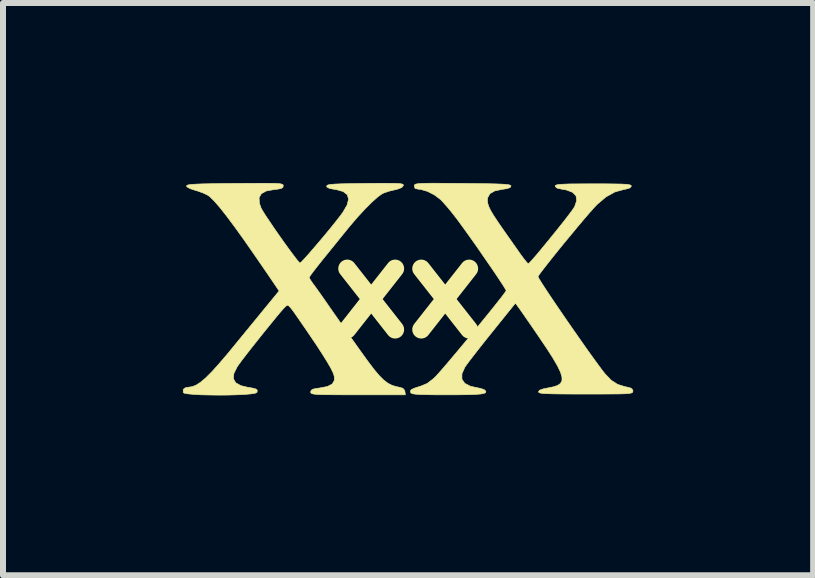
<source format=kicad_pcb>
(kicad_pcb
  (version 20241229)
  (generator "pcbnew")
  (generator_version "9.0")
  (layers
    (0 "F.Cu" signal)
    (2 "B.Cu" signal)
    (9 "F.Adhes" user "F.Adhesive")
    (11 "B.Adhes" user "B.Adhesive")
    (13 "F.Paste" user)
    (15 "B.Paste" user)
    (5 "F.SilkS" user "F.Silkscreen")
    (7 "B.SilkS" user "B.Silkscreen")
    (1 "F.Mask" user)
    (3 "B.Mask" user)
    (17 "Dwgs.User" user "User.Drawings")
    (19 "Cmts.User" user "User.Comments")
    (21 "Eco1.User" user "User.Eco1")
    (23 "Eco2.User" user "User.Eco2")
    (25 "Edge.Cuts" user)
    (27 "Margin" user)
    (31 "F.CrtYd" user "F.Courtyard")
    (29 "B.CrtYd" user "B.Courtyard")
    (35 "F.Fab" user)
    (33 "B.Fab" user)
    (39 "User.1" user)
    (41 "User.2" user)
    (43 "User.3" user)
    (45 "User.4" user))
  (footprint "xx"
    (layer "F.Cu")
    (at 3.756 1.755)
    (property "Reference" "xx" (at 0 0 0) (layer "F.SilkS") (effects (font (size 1.524 1.524) (thickness 0.3))))
    (attr through_hole)
    (fp_poly (pts (xy -2.35 -1.749) (xy -2.248 -1.748) (xy -2.176 -1.745) (xy -2.128 -1.74) (xy -2.1 -1.732) (xy -2.087 -1.723) (xy -2.083 -1.711) (xy -2.083 -1.706) (xy -2.091 -1.678) (xy -2.122 -1.661) (xy -2.188 -1.649) (xy -2.237 -1.644) (xy -2.365 -1.621) (xy -2.448 -1.576) (xy -2.486 -1.509) (xy -2.481 -1.417) (xy -2.454 -1.339) (xy -2.428 -1.292) (xy -2.38 -1.215) (xy -2.314 -1.117) (xy -2.238 -1.004) (xy -2.154 -0.883) (xy -2.069 -0.763) (xy -1.988 -0.651) (xy -1.915 -0.553) (xy -1.857 -0.477) (xy -1.818 -0.43) (xy -1.804 -0.419) (xy -1.781 -0.438) (xy -1.732 -0.489) (xy -1.662 -0.567) (xy -1.578 -0.664) (xy -1.485 -0.773) (xy -1.388 -0.888) (xy -1.294 -1.002) (xy -1.209 -1.108) (xy -1.137 -1.2) (xy -1.087 -1.268) (xy -1.018 -1.387) (xy -0.994 -1.484) (xy -1.015 -1.558) (xy -1.083 -1.611) (xy -1.196 -1.643) (xy -1.224 -1.647) (xy -1.311 -1.663) (xy -1.353 -1.685) (xy -1.359 -1.702) (xy -1.353 -1.714) (xy -1.331 -1.723) (xy -1.289 -1.73) (xy -1.219 -1.736) (xy -1.118 -1.74) (xy -0.979 -1.743) (xy -0.796 -1.746) (xy -0.716 -1.747) (xy -0.518 -1.749) (xy -0.365 -1.749) (xy -0.252 -1.748) (xy -0.173 -1.746) (xy -0.122 -1.741) (xy -0.093 -1.734) (xy -0.081 -1.724) (xy -0.081 -1.711) (xy -0.081 -1.711) (xy -0.109 -1.677) (xy -0.182 -1.65) (xy -0.229 -1.639) (xy -0.32 -1.617) (xy -0.399 -1.59) (xy -0.432 -1.576) (xy -0.506 -1.523) (xy -0.604 -1.436) (xy -0.718 -1.322) (xy -0.842 -1.188) (xy -0.968 -1.041) (xy -0.999 -1.003) (xy -1.1 -0.879) (xy -1.218 -0.733) (xy -1.336 -0.587) (xy -1.428 -0.474) (xy -1.508 -0.373) (xy -1.576 -0.286) (xy -1.625 -0.22) (xy -1.649 -0.183) (xy -1.651 -0.179) (xy -1.637 -0.149) (xy -1.601 -0.094) (xy -1.567 -0.048) (xy -1.518 0.019) (xy -1.451 0.114) (xy -1.374 0.224) (xy -1.309 0.318) (xy -1.239 0.418) (xy -1.148 0.548) (xy -1.043 0.698) (xy -0.932 0.856) (xy -0.821 1.012) (xy -0.804 1.036) (xy -0.677 1.212) (xy -0.573 1.35) (xy -0.485 1.455) (xy -0.409 1.531) (xy -0.338 1.585) (xy -0.269 1.62) (xy -0.196 1.642) (xy -0.155 1.65) (xy -0.089 1.669) (xy -0.059 1.704) (xy -0.055 1.721) (xy -0.047 1.778) (xy -0.836 1.778) (xy -1.057 1.778) (xy -1.233 1.777) (xy -1.368 1.776) (xy -1.468 1.774) (xy -1.538 1.77) (xy -1.584 1.764) (xy -1.61 1.756) (xy -1.622 1.746) (xy -1.626 1.734) (xy -1.626 1.73) (xy -1.617 1.702) (xy -1.586 1.683) (xy -1.519 1.67) (xy -1.47 1.663) (xy -1.346 1.639) (xy -1.267 1.598) (xy -1.231 1.538) (xy -1.233 1.467) (xy -1.252 1.41) (xy -1.29 1.332) (xy -1.35 1.229) (xy -1.433 1.096) (xy -1.541 0.93) (xy -1.678 0.728) (xy -1.68 0.725) (xy -1.783 0.575) (xy -1.861 0.462) (xy -1.918 0.381) (xy -1.959 0.328) (xy -1.987 0.298) (xy -2.007 0.286) (xy -2.023 0.288) (xy -2.039 0.299) (xy -2.046 0.306) (xy -2.079 0.34) (xy -2.137 0.406) (xy -2.214 0.499) (xy -2.305 0.611) (xy -2.405 0.734) (xy -2.507 0.862) (xy -2.606 0.987) (xy -2.697 1.103) (xy -2.773 1.202) (xy -2.828 1.277) (xy -2.853 1.314) (xy -2.907 1.423) (xy -2.914 1.51) (xy -2.876 1.577) (xy -2.79 1.625) (xy -2.683 1.651) (xy -2.589 1.667) (xy -2.537 1.682) (xy -2.517 1.7) (xy -2.519 1.727) (xy -2.523 1.739) (xy -2.553 1.752) (xy -2.625 1.763) (xy -2.73 1.772) (xy -2.859 1.778) (xy -3.005 1.782) (xy -3.158 1.783) (xy -3.31 1.781) (xy -3.453 1.778) (xy -3.576 1.771) (xy -3.673 1.762) (xy -3.733 1.751) (xy -3.75 1.741) (xy -3.751 1.687) (xy -3.709 1.657) (xy -3.662 1.651) (xy -3.601 1.642) (xy -3.535 1.616) (xy -3.461 1.568) (xy -3.376 1.496) (xy -3.275 1.395) (xy -3.155 1.262) (xy -3.012 1.095) (xy -2.862 0.912) (xy -2.79 0.824) (xy -2.696 0.709) (xy -2.589 0.579) (xy -2.48 0.446) (xy -2.429 0.383) (xy -2.152 0.046) (xy -2.352 -0.249) (xy -2.559 -0.55) (xy -2.74 -0.81) (xy -2.897 -1.028) (xy -3.031 -1.207) (xy -3.143 -1.349) (xy -3.234 -1.453) (xy -3.305 -1.523) (xy -3.341 -1.55) (xy -3.413 -1.585) (xy -3.507 -1.619) (xy -3.558 -1.634) (xy -3.642 -1.662) (xy -3.689 -1.69) (xy -3.696 -1.705) (xy -3.688 -1.715) (xy -3.663 -1.723) (xy -3.614 -1.73) (xy -3.538 -1.735) (xy -3.43 -1.739) (xy -3.284 -1.742) (xy -3.097 -1.745) (xy -2.889 -1.747) (xy -2.666 -1.748) (xy -2.488 -1.749) (xy -2.35 -1.749)) (stroke (width 0.01) (type solid)) (fill yes) (layer "F.SilkS"))
    (fp_poly (pts (xy 0.572 -1.749) (xy 0.768 -1.748) (xy 0.908 -1.747) (xy 1.134 -1.744) (xy 1.315 -1.742) (xy 1.455 -1.739) (xy 1.559 -1.735) (xy 1.631 -1.73) (xy 1.678 -1.724) (xy 1.704 -1.716) (xy 1.714 -1.706) (xy 1.714 -1.702) (xy 1.698 -1.677) (xy 1.643 -1.659) (xy 1.568 -1.648) (xy 1.443 -1.622) (xy 1.363 -1.576) (xy 1.325 -1.508) (xy 1.321 -1.468) (xy 1.326 -1.417) (xy 1.343 -1.361) (xy 1.377 -1.292) (xy 1.431 -1.202) (xy 1.509 -1.085) (xy 1.583 -0.978) (xy 1.666 -0.86) (xy 1.752 -0.738) (xy 1.828 -0.63) (xy 1.873 -0.565) (xy 1.929 -0.49) (xy 1.974 -0.434) (xy 2 -0.408) (xy 2.002 -0.407) (xy 2.025 -0.426) (xy 2.073 -0.479) (xy 2.142 -0.558) (xy 2.225 -0.658) (xy 2.318 -0.771) (xy 2.415 -0.89) (xy 2.511 -1.009) (xy 2.6 -1.121) (xy 2.676 -1.22) (xy 2.735 -1.299) (xy 2.77 -1.351) (xy 2.776 -1.361) (xy 2.81 -1.461) (xy 2.798 -1.541) (xy 2.74 -1.599) (xy 2.636 -1.638) (xy 2.565 -1.65) (xy 2.486 -1.667) (xy 2.453 -1.693) (xy 2.451 -1.702) (xy 2.457 -1.714) (xy 2.478 -1.723) (xy 2.52 -1.73) (xy 2.588 -1.734) (xy 2.688 -1.738) (xy 2.826 -1.739) (xy 3.007 -1.74) (xy 3.086 -1.74) (xy 3.285 -1.74) (xy 3.438 -1.738) (xy 3.552 -1.736) (xy 3.631 -1.732) (xy 3.682 -1.726) (xy 3.71 -1.717) (xy 3.721 -1.706) (xy 3.721 -1.702) (xy 3.698 -1.672) (xy 3.626 -1.651) (xy 3.605 -1.648) (xy 3.448 -1.605) (xy 3.298 -1.522) (xy 3.146 -1.393) (xy 3.142 -1.388) (xy 3.09 -1.333) (xy 3.017 -1.25) (xy 2.927 -1.145) (xy 2.824 -1.023) (xy 2.715 -0.891) (xy 2.603 -0.756) (xy 2.494 -0.622) (xy 2.393 -0.496) (xy 2.305 -0.384) (xy 2.234 -0.293) (xy 2.185 -0.227) (xy 2.165 -0.194) (xy 2.164 -0.193) (xy 2.177 -0.166) (xy 2.215 -0.103) (xy 2.275 -0.01) (xy 2.353 0.108) (xy 2.445 0.245) (xy 2.548 0.396) (xy 2.657 0.555) (xy 2.769 0.716) (xy 2.88 0.875) (xy 2.986 1.026) (xy 3.084 1.162) (xy 3.169 1.279) (xy 3.238 1.372) (xy 3.284 1.43) (xy 3.386 1.536) (xy 3.49 1.603) (xy 3.613 1.642) (xy 3.64 1.647) (xy 3.711 1.665) (xy 3.742 1.691) (xy 3.747 1.715) (xy 3.745 1.729) (xy 3.737 1.74) (xy 3.717 1.749) (xy 3.679 1.755) (xy 3.619 1.76) (xy 3.532 1.763) (xy 3.411 1.764) (xy 3.253 1.765) (xy 3.05 1.765) (xy 2.959 1.765) (xy 2.736 1.765) (xy 2.558 1.764) (xy 2.421 1.762) (xy 2.32 1.759) (xy 2.25 1.755) (xy 2.205 1.749) (xy 2.181 1.74) (xy 2.172 1.73) (xy 2.172 1.727) (xy 2.191 1.701) (xy 2.251 1.679) (xy 2.327 1.664) (xy 2.42 1.645) (xy 2.491 1.622) (xy 2.539 1.589) (xy 2.564 1.543) (xy 2.564 1.481) (xy 2.539 1.398) (xy 2.487 1.291) (xy 2.408 1.156) (xy 2.301 0.99) (xy 2.165 0.789) (xy 2.094 0.685) (xy 2.016 0.572) (xy 1.944 0.468) (xy 1.885 0.383) (xy 1.846 0.328) (xy 1.84 0.32) (xy 1.788 0.249) (xy 1.392 0.741) (xy 1.28 0.881) (xy 1.175 1.014) (xy 1.084 1.131) (xy 1.01 1.227) (xy 0.961 1.294) (xy 0.943 1.321) (xy 0.896 1.428) (xy 0.896 1.517) (xy 0.943 1.586) (xy 1.035 1.634) (xy 1.122 1.654) (xy 1.201 1.67) (xy 1.26 1.689) (xy 1.277 1.699) (xy 1.295 1.722) (xy 1.291 1.741) (xy 1.262 1.755) (xy 1.204 1.765) (xy 1.111 1.772) (xy 0.979 1.776) (xy 0.804 1.778) (xy 0.662 1.778) (xy 0.467 1.778) (xy 0.317 1.776) (xy 0.206 1.773) (xy 0.129 1.768) (xy 0.08 1.762) (xy 0.053 1.752) (xy 0.042 1.741) (xy 0.037 1.713) (xy 0.052 1.692) (xy 0.096 1.67) (xy 0.178 1.643) (xy 0.206 1.635) (xy 0.316 1.589) (xy 0.417 1.512) (xy 0.458 1.473) (xy 0.509 1.417) (xy 0.583 1.333) (xy 0.675 1.225) (xy 0.781 1.099) (xy 0.897 0.961) (xy 1.017 0.816) (xy 1.138 0.669) (xy 1.255 0.525) (xy 1.364 0.391) (xy 1.46 0.271) (xy 1.54 0.17) (xy 1.597 0.095) (xy 1.629 0.05) (xy 1.634 0.04) (xy 1.619 0.012) (xy 1.58 -0.052) (xy 1.519 -0.144) (xy 1.442 -0.26) (xy 1.352 -0.391) (xy 1.254 -0.533) (xy 1.153 -0.68) (xy 1.051 -0.824) (xy 0.954 -0.96) (xy 0.866 -1.081) (xy 0.811 -1.156) (xy 0.73 -1.26) (xy 0.649 -1.358) (xy 0.578 -1.438) (xy 0.542 -1.476) (xy 0.439 -1.554) (xy 0.322 -1.614) (xy 0.209 -1.647) (xy 0.165 -1.651) (xy 0.115 -1.663) (xy 0.102 -1.702) (xy 0.103 -1.716) (xy 0.11 -1.728) (xy 0.129 -1.736) (xy 0.164 -1.742) (xy 0.22 -1.746) (xy 0.304 -1.749) (xy 0.419 -1.75) (xy 0.572 -1.749)) (stroke (width 0.01) (type solid)) (fill yes) (layer "F.SilkS")))
  (gr_rect
    (start -3 -3)
    (end 10.508 6.542)
    (stroke (width 0.1) (type default))
    (fill no)
    (layer "Edge.Cuts")))
</source>
